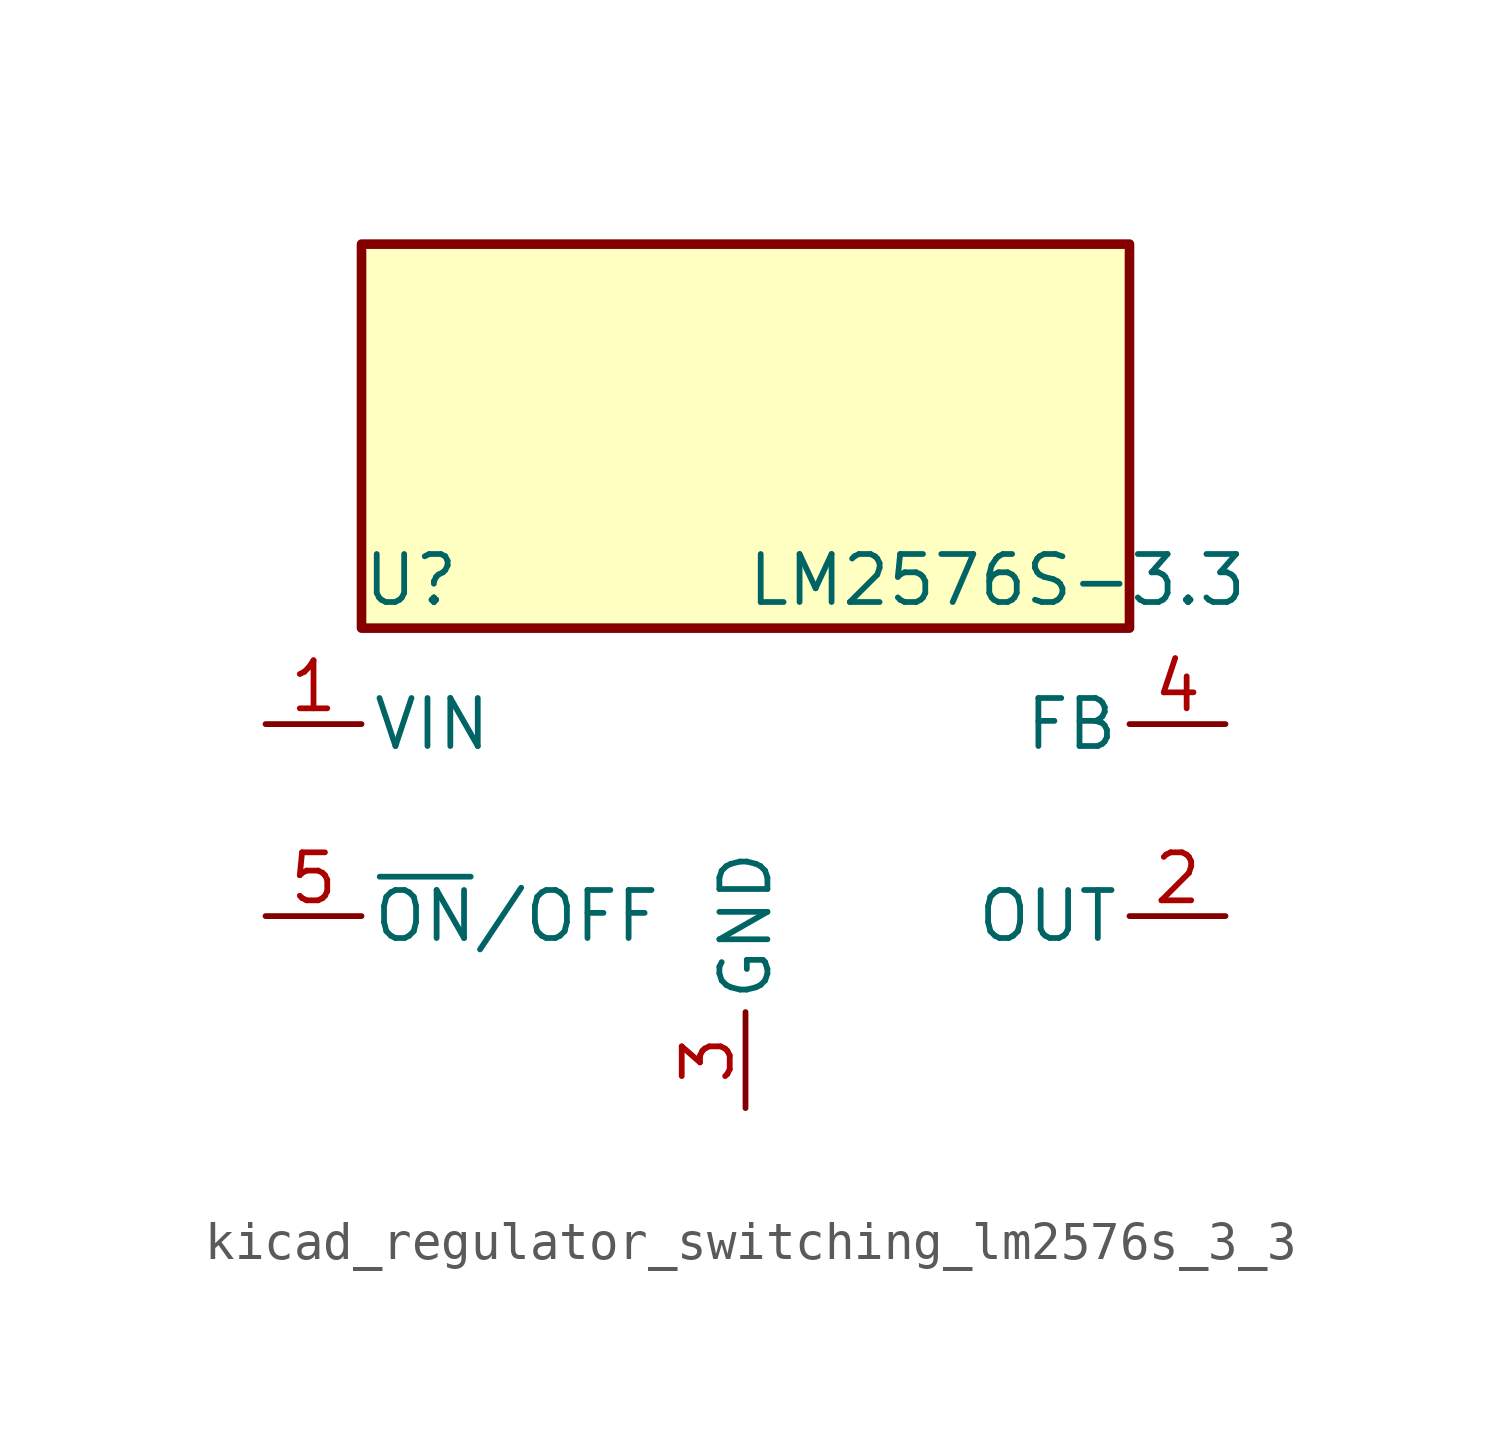
<source format=kicad_sym>
(kicad_symbol_lib
  (version 20220914)
  (generator kicad_symbol_editor)
  (symbol "kicad_regulator_switching_lm2576s_3_3"
    (pin_names
      (offset 0.254))
    (property "Reference" "U"
      (at -10.16 6.35 0)
      (effects (font (size 1.27 1.27)) (justify left)))
    (property "Value" "LM2576S-3.3"
      (at 0 6.35 0)
      (effects (font (size 1.27 1.27)) (justify left)))
    (symbol "kicad_regulator_switching_lm2576s_3_3_0_1"
      (rectangle (start 10.16 15.24) (end -10.16 5.08) (stroke (width 0.254) (type default)) (fill (type background))))
    (symbol "kicad_regulator_switching_lm2576s_3_3_1_1"
      (pin power_in line (at -12.7 2.54 0) (length 2.54) (name "VIN" (effects (font (size 1.27 1.27)))) (number "1" (effects (font (size 1.27 1.27)))))
      (pin output line (at 12.7 -2.54 180) (length 2.54) (name "OUT" (effects (font (size 1.27 1.27)))) (number "2" (effects (font (size 1.27 1.27)))))
      (pin power_in line (at 0 -7.62 90) (length 2.54) (name "GND" (effects (font (size 1.27 1.27)))) (number "3" (effects (font (size 1.27 1.27)))))
      (pin input line (at 12.7 2.54 180) (length 2.54) (name "FB" (effects (font (size 1.27 1.27)))) (number "4" (effects (font (size 1.27 1.27)))))
      (pin input line (at -12.7 -2.54 0) (length 2.54) (name "~{ON}/OFF" (effects (font (size 1.27 1.27)))) (number "5" (effects (font (size 1.27 1.27))))))))
</source>
